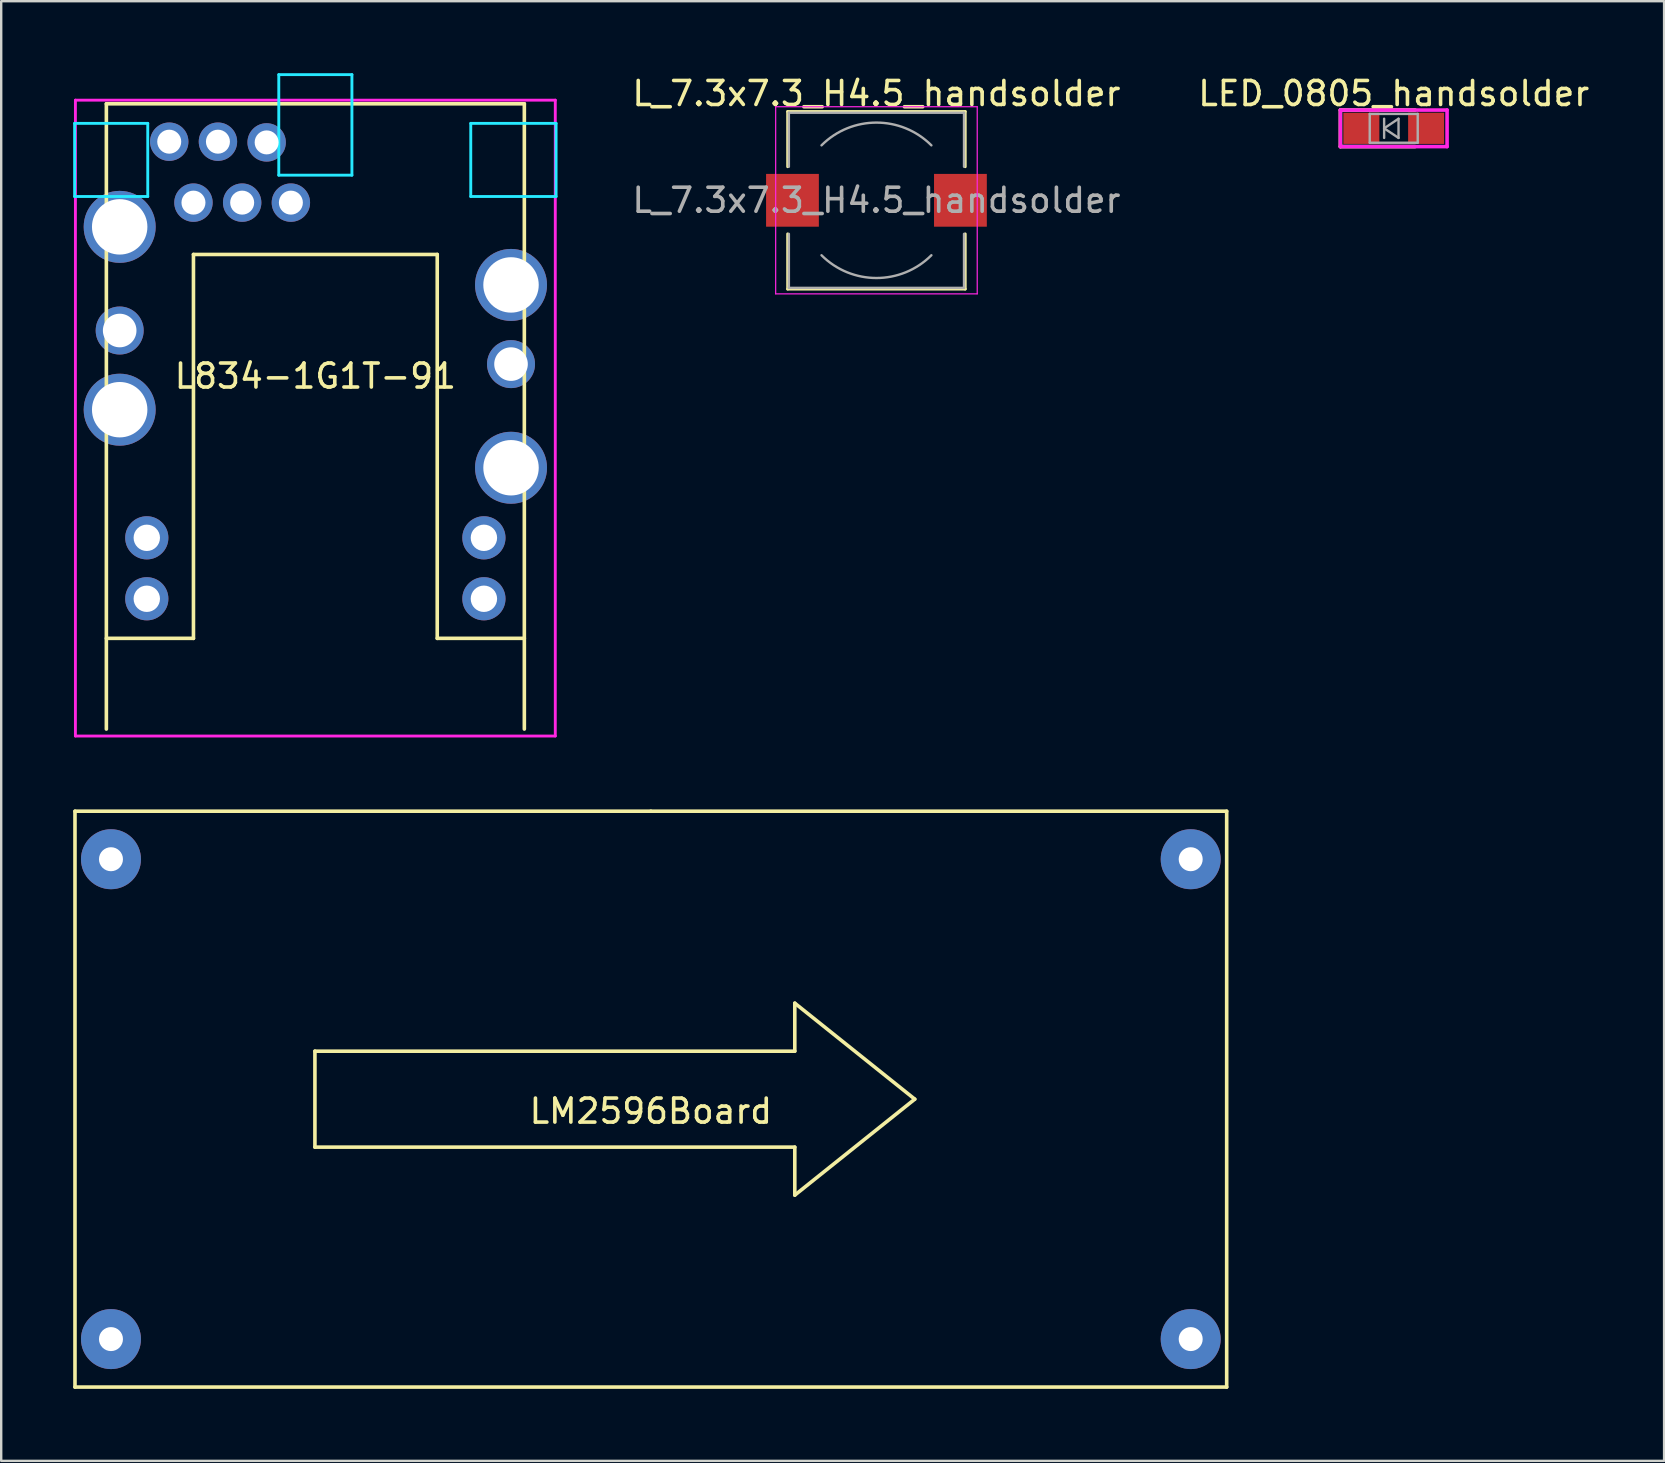
<source format=kicad_pcb>
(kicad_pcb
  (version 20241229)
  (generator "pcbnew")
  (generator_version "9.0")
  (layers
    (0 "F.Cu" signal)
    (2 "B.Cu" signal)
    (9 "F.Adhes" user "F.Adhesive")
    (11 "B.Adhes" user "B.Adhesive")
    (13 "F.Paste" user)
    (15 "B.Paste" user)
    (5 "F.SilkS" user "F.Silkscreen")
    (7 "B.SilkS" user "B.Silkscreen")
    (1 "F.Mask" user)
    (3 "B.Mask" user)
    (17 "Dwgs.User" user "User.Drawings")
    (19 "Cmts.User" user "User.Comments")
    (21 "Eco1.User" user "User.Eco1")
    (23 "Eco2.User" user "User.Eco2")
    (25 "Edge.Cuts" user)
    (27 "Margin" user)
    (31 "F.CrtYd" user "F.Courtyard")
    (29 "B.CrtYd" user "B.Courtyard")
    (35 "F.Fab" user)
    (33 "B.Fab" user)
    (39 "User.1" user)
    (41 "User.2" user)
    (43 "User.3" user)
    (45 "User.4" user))
  (footprint "LM2596Board"
    (layer "F.Cu")
    (at 24.075 42.76)
    (property "Reference" "LM2596Board" (at 0 0.5 0) (layer "F.SilkS") (effects (font (size 1 1) (thickness 0.15))))
    (attr through_hole)
    (fp_line (start -24 -12) (end 0 -12) (stroke (width 0.15) (type solid)) (layer "F.SilkS"))
    (fp_line (start -24 12) (end -24 -12) (stroke (width 0.15) (type solid)) (layer "F.SilkS"))
    (fp_line (start -14 -2) (end -14 2) (stroke (width 0.15) (type solid)) (layer "F.SilkS"))
    (fp_line (start -14 -2) (end 6 -2) (stroke (width 0.15) (type solid)) (layer "F.SilkS"))
    (fp_line (start -14 2) (end 6 2) (stroke (width 0.15) (type solid)) (layer "F.SilkS"))
    (fp_line (start 0 -12) (end 24 -12) (stroke (width 0.15) (type solid)) (layer "F.SilkS"))
    (fp_line (start 6 -4) (end 11 0) (stroke (width 0.15) (type solid)) (layer "F.SilkS"))
    (fp_line (start 6 -2) (end 6 -4) (stroke (width 0.15) (type solid)) (layer "F.SilkS"))
    (fp_line (start 6 2) (end 6 4) (stroke (width 0.15) (type solid)) (layer "F.SilkS"))
    (fp_line (start 6 4) (end 11 0) (stroke (width 0.15) (type solid)) (layer "F.SilkS"))
    (fp_line (start 24 -12) (end 24 12) (stroke (width 0.15) (type solid)) (layer "F.SilkS"))
    (fp_line (start 24 12) (end -24 12) (stroke (width 0.15) (type solid)) (layer "F.SilkS"))
    (pad "1" thru_hole circle (at -22.5 -10) (size 2.5 2.5) (drill 1) (layers "*.Cu" "*.Mask"))
    (pad "2" thru_hole circle (at -22.5 10) (size 2.5 2.5) (drill 1) (layers "*.Cu" "*.Mask"))
    (pad "3" thru_hole circle (at 22.5 10) (size 2.5 2.5) (drill 1) (layers "*.Cu" "*.Mask"))
    (pad "4" thru_hole circle (at 22.5 -10) (size 2.5 2.5) (drill 1) (layers "*.Cu" "*.Mask")))
  (footprint "L_7.3x7.3_H4.5_handsolder"
    (layer "F.Cu")
    (at 33.478 5.298)
    (property "Reference" "L_7.3x7.3_H4.5_handsolder" (at 0 -4.45 0) (layer "F.SilkS") (effects (font (size 1 1) (thickness 0.15))))
    (attr smd)
    (fp_line (start -3.7 -3.7) (end 3.7 -3.7) (stroke (width 0.12) (type solid)) (layer "F.SilkS"))
    (fp_line (start -3.7 -1.4) (end -3.7 -3.7) (stroke (width 0.12) (type solid)) (layer "F.SilkS"))
    (fp_line (start -3.7 3.7) (end -3.7 1.4) (stroke (width 0.12) (type solid)) (layer "F.SilkS"))
    (fp_line (start 3.7 -3.7) (end 3.7 -1.4) (stroke (width 0.12) (type solid)) (layer "F.SilkS"))
    (fp_line (start 3.7 1.4) (end 3.7 3.7) (stroke (width 0.12) (type solid)) (layer "F.SilkS"))
    (fp_line (start 3.7 3.7) (end -3.7 3.7) (stroke (width 0.12) (type solid)) (layer "F.SilkS"))
    (fp_line (start -4.2 -3.9) (end -4.2 3.9) (stroke (width 0.05) (type solid)) (layer "F.CrtYd"))
    (fp_line (start -4.2 3.9) (end 4.2 3.9) (stroke (width 0.05) (type solid)) (layer "F.CrtYd"))
    (fp_line (start 4.2 -3.9) (end -4.2 -3.9) (stroke (width 0.05) (type solid)) (layer "F.CrtYd"))
    (fp_line (start 4.2 3.9) (end 4.2 -3.9) (stroke (width 0.05) (type solid)) (layer "F.CrtYd"))
    (fp_line (start -3.65 -3.65) (end -3.65 -1.4) (stroke (width 0.1) (type solid)) (layer "F.Fab"))
    (fp_line (start -3.65 -3.65) (end 3.65 -3.65) (stroke (width 0.1) (type solid)) (layer "F.Fab"))
    (fp_line (start -3.65 3.65) (end -3.65 1.4) (stroke (width 0.1) (type solid)) (layer "F.Fab"))
    (fp_line (start 3.65 -3.65) (end 3.65 -1.4) (stroke (width 0.1) (type solid)) (layer "F.Fab"))
    (fp_line (start 3.65 3.65) (end -3.65 3.65) (stroke (width 0.1) (type solid)) (layer "F.Fab"))
    (fp_line (start 3.65 3.65) (end 3.65 1.4) (stroke (width 0.1) (type solid)) (layer "F.Fab"))
    (fp_arc (start -2.29 -2.29) (mid 0 -3.238549) (end 2.29 -2.29) (stroke (width 0.1) (type solid)) (layer "F.Fab"))
    (fp_arc (start 2.29 2.29) (mid 0 3.238549) (end -2.29 2.29) (stroke (width 0.1) (type solid)) (layer "F.Fab"))
    (fp_text user "${REFERENCE}" (at 0 0 0) (layer "F.Fab") (effects (font (size 1 1) (thickness 0.15))))
    (pad "1" smd rect (at -3.5 0) (size 2.2 2.2) (layers "F.Cu" "F.Mask" "F.Paste"))
    (pad "2" smd rect (at 3.5 0) (size 2.2 2.2) (layers "F.Cu" "F.Mask" "F.Paste")))
  (footprint "LED_0805_handsolder"
    (layer "F.Cu")
    (at 55.037 2.298)
    (property "Reference" "LED_0805_handsolder" (at 0 -1.45 0) (layer "F.SilkS") (effects (font (size 1 1) (thickness 0.15))))
    (attr smd)
    (fp_line (start -2.223 -0.762) (end 0.889 -0.762) (stroke (width 0.15) (type solid)) (layer "F.SilkS"))
    (fp_line (start -2.223 0.762) (end -2.223 -0.762) (stroke (width 0.15) (type solid)) (layer "F.SilkS"))
    (fp_line (start 0.889 0.762) (end -2.223 0.762) (stroke (width 0.15) (type solid)) (layer "F.SilkS"))
    (fp_line (start -2.223 -0.762) (end 2.223 -0.762) (stroke (width 0.15) (type solid)) (layer "F.CrtYd"))
    (fp_line (start -2.223 0.762) (end -2.223 -0.762) (stroke (width 0.15) (type solid)) (layer "F.CrtYd"))
    (fp_line (start 2.223 -0.762) (end 2.223 0.762) (stroke (width 0.15) (type solid)) (layer "F.CrtYd"))
    (fp_line (start 2.223 0.762) (end -2.223 0.762) (stroke (width 0.15) (type solid)) (layer "F.CrtYd"))
    (fp_line (start -1 -0.6) (end 1 -0.6) (stroke (width 0.1) (type solid)) (layer "F.Fab"))
    (fp_line (start -1 0.6) (end -1 -0.6) (stroke (width 0.1) (type solid)) (layer "F.Fab"))
    (fp_line (start -0.4 -0.4) (end -0.4 0.4) (stroke (width 0.1) (type solid)) (layer "F.Fab"))
    (fp_line (start -0.4 0) (end 0.2 -0.4) (stroke (width 0.1) (type solid)) (layer "F.Fab"))
    (fp_line (start 0.2 -0.4) (end 0.2 0.4) (stroke (width 0.1) (type solid)) (layer "F.Fab"))
    (fp_line (start 0.2 0.4) (end -0.4 0) (stroke (width 0.1) (type solid)) (layer "F.Fab"))
    (fp_line (start 1 -0.6) (end 1 0.6) (stroke (width 0.1) (type solid)) (layer "F.Fab"))
    (fp_line (start 1 0.6) (end -1 0.6) (stroke (width 0.1) (type solid)) (layer "F.Fab"))
    (pad "1" smd rect (at -1.35 0 180) (size 1.5 1.3) (layers "F.Cu" "F.Mask" "F.Paste"))
    (pad "2" smd rect (at 1.35 0 180) (size 1.5 1.3) (layers "F.Cu" "F.Mask" "F.Paste")))
  (footprint "L834-1G1T-91"
    (layer "F.Cu")
    (at 10.093 12.125)
    (property "Reference" "L834-1G1T-91" (at 0 0.5 0) (layer "F.SilkS") (effects (font (size 1 1) (thickness 0.15))))
    (attr through_hole)
    (fp_line (start -8.71 11.43) (end -5.08 11.43) (stroke (width 0.15) (type solid)) (layer "F.SilkS"))
    (fp_line (start -8.71 15.21) (end -8.71 -10.85) (stroke (width 0.15) (type solid)) (layer "F.SilkS"))
    (fp_line (start -5.08 -4.57) (end -5.08 11.43) (stroke (width 0.15) (type solid)) (layer "F.SilkS"))
    (fp_line (start 5.08 -4.57) (end -5.08 -4.57) (stroke (width 0.15) (type solid)) (layer "F.SilkS"))
    (fp_line (start 5.08 -4.57) (end 5.08 11.43) (stroke (width 0.15) (type solid)) (layer "F.SilkS"))
    (fp_line (start 5.08 11.43) (end 8.71 11.43) (stroke (width 0.15) (type solid)) (layer "F.SilkS"))
    (fp_line (start 8.71 -10.85) (end -8.71 -10.85) (stroke (width 0.15) (type solid)) (layer "F.SilkS"))
    (fp_line (start 8.71 15.21) (end 8.71 -10.85) (stroke (width 0.15) (type solid)) (layer "F.SilkS"))
    (fp_line (start -10.033 -10.033) (end -6.985 -10.033) (stroke (width 0.12) (type solid)) (layer "B.CrtYd"))
    (fp_line (start -10.033 -6.985) (end -10.033 -10.033) (stroke (width 0.12) (type solid)) (layer "B.CrtYd"))
    (fp_line (start -6.985 -10.033) (end -6.985 -6.985) (stroke (width 0.12) (type solid)) (layer "B.CrtYd"))
    (fp_line (start -6.985 -6.985) (end -10.033 -6.985) (stroke (width 0.12) (type solid)) (layer "B.CrtYd"))
    (fp_line (start -1.524 -12.065) (end -1.524 -7.874) (stroke (width 0.12) (type solid)) (layer "B.CrtYd"))
    (fp_line (start -1.524 -7.874) (end 1.524 -7.874) (stroke (width 0.12) (type solid)) (layer "B.CrtYd"))
    (fp_line (start 1.524 -12.065) (end -1.524 -12.065) (stroke (width 0.12) (type solid)) (layer "B.CrtYd"))
    (fp_line (start 1.524 -7.874) (end 1.524 -12.065) (stroke (width 0.12) (type solid)) (layer "B.CrtYd"))
    (fp_line (start 6.477 -10.033) (end 6.477 -6.985) (stroke (width 0.12) (type solid)) (layer "B.CrtYd"))
    (fp_line (start 6.477 -6.985) (end 10.033 -6.985) (stroke (width 0.12) (type solid)) (layer "B.CrtYd"))
    (fp_line (start 10.033 -10.033) (end 6.477 -10.033) (stroke (width 0.12) (type solid)) (layer "B.CrtYd"))
    (fp_line (start 10.033 -6.985) (end 10.033 -10.033) (stroke (width 0.12) (type solid)) (layer "B.CrtYd"))
    (fp_line (start -10 -11) (end 10 -11) (stroke (width 0.12) (type solid)) (layer "F.CrtYd"))
    (fp_line (start -10 15.5) (end -10 -11) (stroke (width 0.12) (type solid)) (layer "F.CrtYd"))
    (fp_line (start 10 -11) (end 10 15.5) (stroke (width 0.12) (type solid)) (layer "F.CrtYd"))
    (fp_line (start 10 15.5) (end -10 15.5) (stroke (width 0.12) (type solid)) (layer "F.CrtYd"))
    (pad "4" thru_hole circle (at -1.02 -6.73) (size 1.6 1.6) (drill 1) (layers "*.Cu" "*.Mask"))
    (pad "5" thru_hole circle (at -3.05 -6.73) (size 1.6 1.6) (drill 1) (layers "*.Cu" "*.Mask"))
    (pad "6" thru_hole circle (at -5.08 -6.73) (size 1.6 1.6) (drill 1) (layers "*.Cu" "*.Mask"))
    (pad "10" thru_hole circle (at -2.03 -9.24) (size 1.6 1.6) (drill 1) (layers "*.Cu" "*.Mask"))
    (pad "11" thru_hole circle (at -4.06 -9.27) (size 1.6 1.6) (drill 1) (layers "*.Cu" "*.Mask"))
    (pad "12" thru_hole circle (at -6.09 -9.27) (size 1.6 1.6) (drill 1) (layers "*.Cu" "*.Mask"))
    (pad "13" thru_hole circle (at 7.025 7.24) (size 1.8 1.8) (drill 1.1) (layers "*.Cu" "*.Mask"))
    (pad "14" thru_hole circle (at 7.025 9.78) (size 1.8 1.8) (drill 1.1) (layers "*.Cu" "*.Mask"))
    (pad "15" thru_hole circle (at -7.025 7.24) (size 1.8 1.8) (drill 1.1) (layers "*.Cu" "*.Mask"))
    (pad "16" thru_hole circle (at -7.025 9.78) (size 1.8 1.8) (drill 1.1) (layers "*.Cu" "*.Mask"))
    (pad "SH" thru_hole circle (at -8.155 -5.72) (size 3 3) (drill 2.31) (layers "*.Cu" "*.Mask"))
    (pad "SH" thru_hole circle (at -8.155 -1.4) (size 2 2) (drill 1.4) (layers "*.Cu" "*.Mask"))
    (pad "SH" thru_hole circle (at -8.155 1.9) (size 3 3) (drill 2.31) (layers "*.Cu" "*.Mask"))
    (pad "SH" thru_hole circle (at 8.155 -3.3) (size 3 3) (drill 2.31) (layers "*.Cu" "*.Mask"))
    (pad "SH" thru_hole circle (at 8.155 0) (size 2 2) (drill 1.4) (layers "*.Cu" "*.Mask"))
    (pad "SH" thru_hole circle (at 8.155 4.32) (size 3 3) (drill 2.31) (layers "*.Cu" "*.Mask")))
  (gr_rect
    (start -3 -3)
    (end 66.305 57.835)
    (stroke (width 0.1) (type default))
    (fill no)
    (layer "Edge.Cuts")))
</source>
